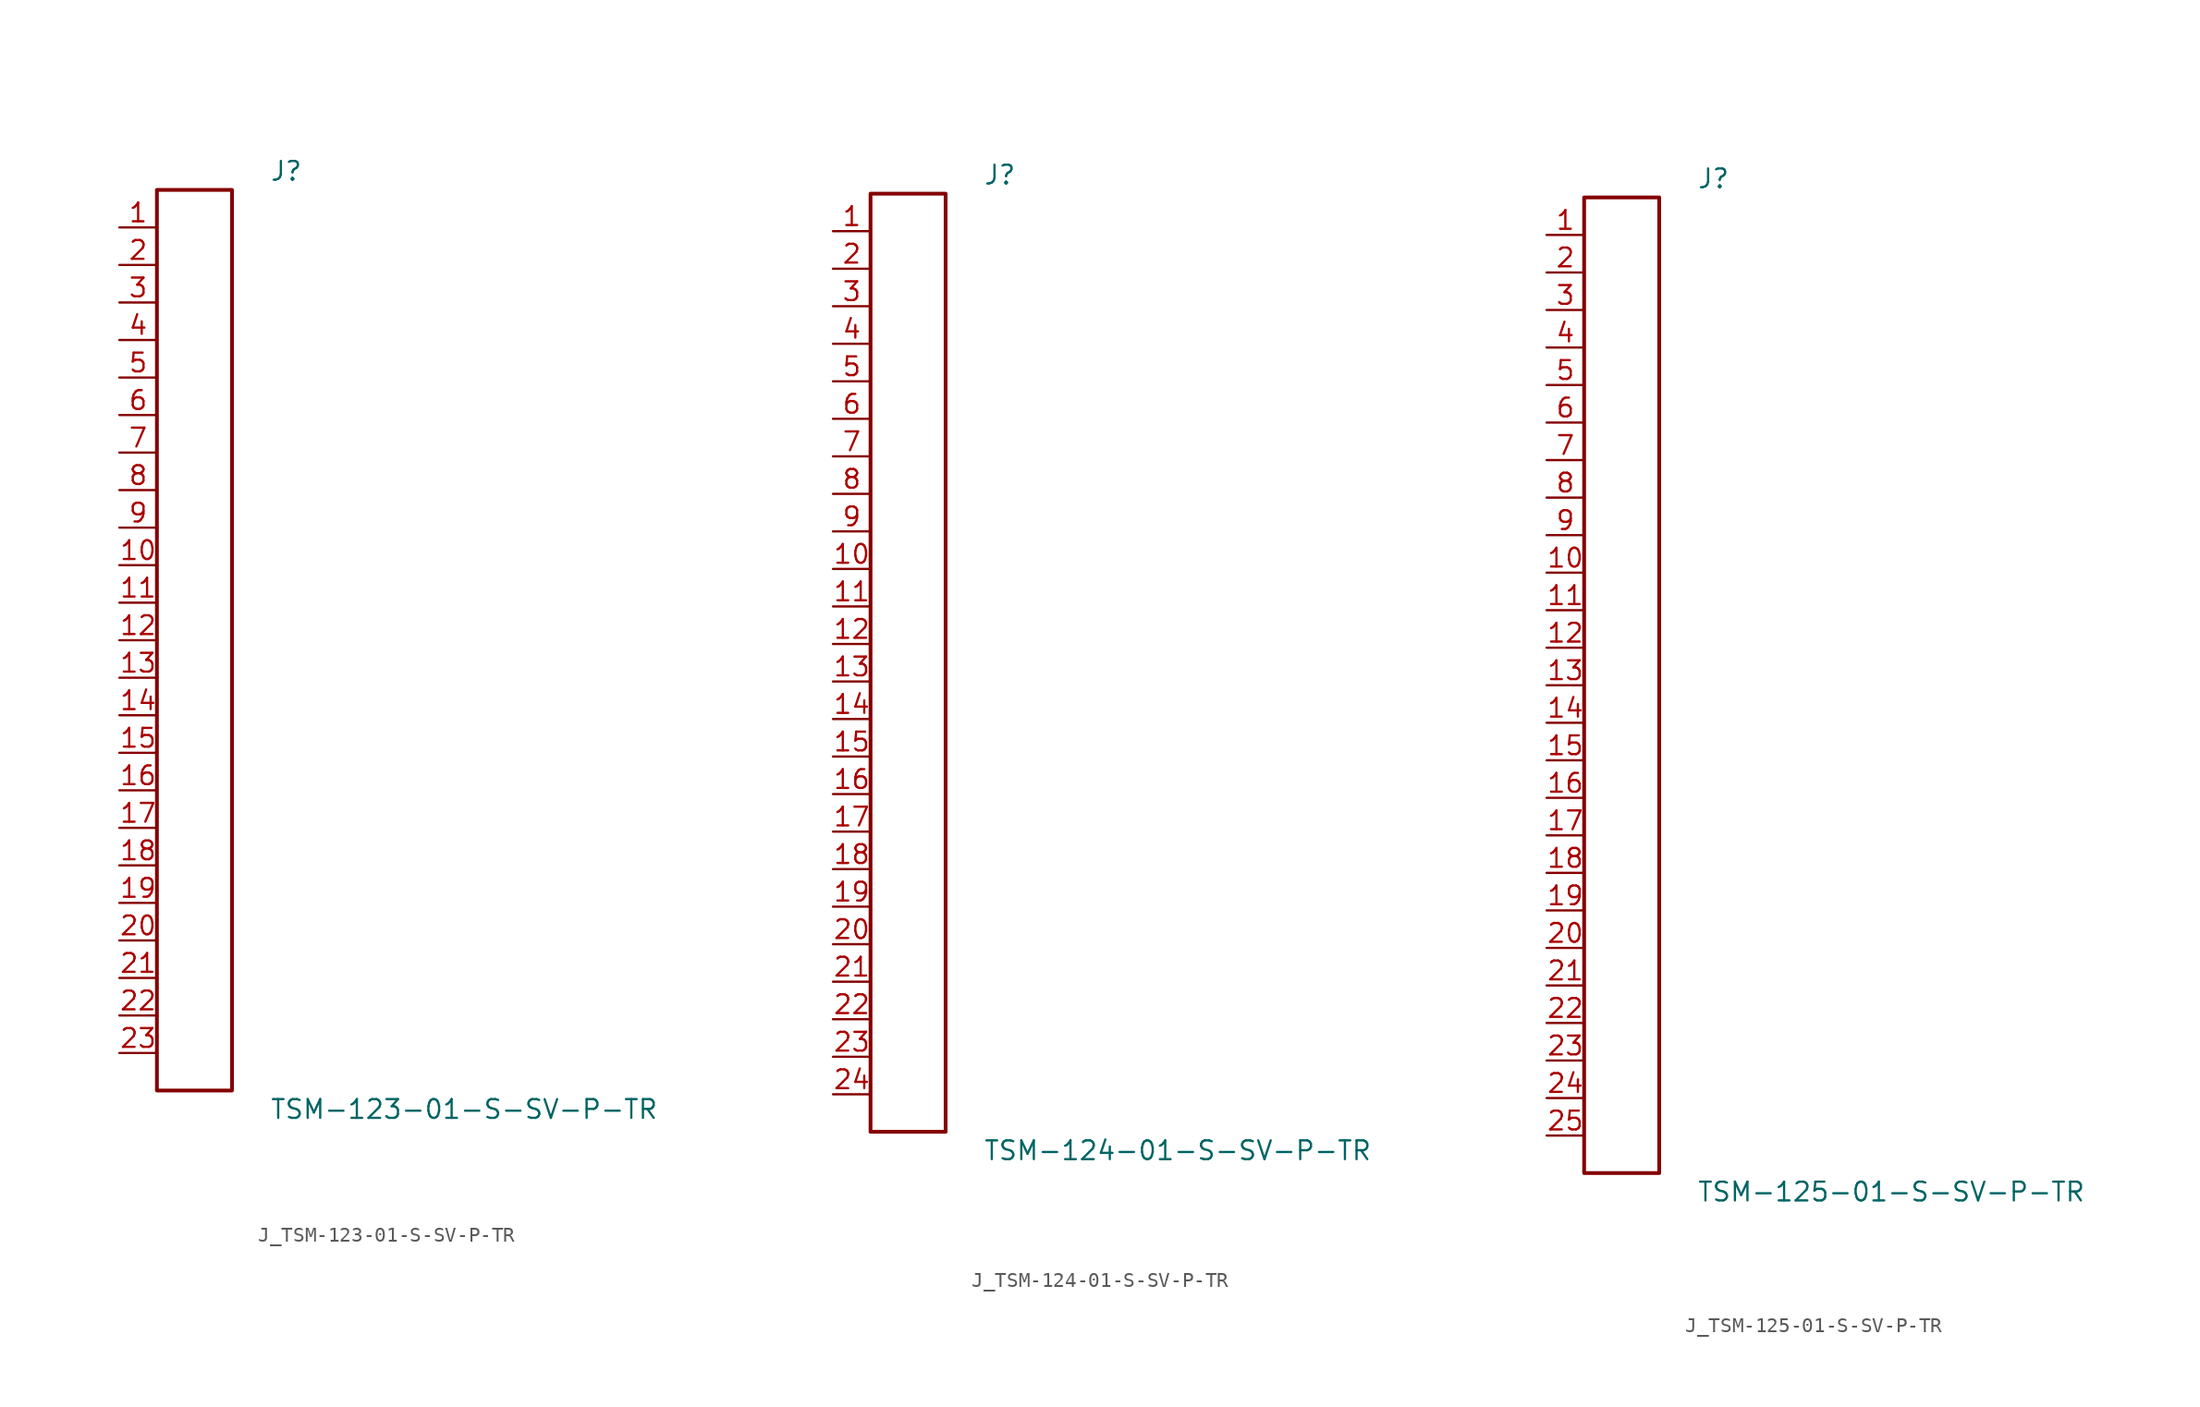
<source format=kicad_sym>
(kicad_symbol_lib
  (version 20231120)
  (generator kicad_symbol_editor)
  (generator_version 8.0)
  (symbol "J_TSM-123-01-S-SV-P-TR"
    (pin_names
      (offset 0.254))
    (property "Reference" "J"
      (at 5.08 31.75 0)
      (effects (font (size 1.27 1.27)) (justify left)))
    (property "Value" "TSM-123-01-S-SV-P-TR"
      (at 5.08 -31.75 0)
      (effects (font (size 1.27 1.27)) (justify left)))
    (symbol "J_TSM-123-01-S-SV-P-TR_0_0"
      (pin unspecified line (at -5.08 27.94 0) (length 2.54) (name "" (effects (font (size 1.27 1.27)))) (number "1" (effects (font (size 1.27 1.27)))))
      (pin unspecified line (at -5.08 25.4 0) (length 2.54) (name "" (effects (font (size 1.27 1.27)))) (number "2" (effects (font (size 1.27 1.27)))))
      (pin unspecified line (at -5.08 22.86 0) (length 2.54) (name "" (effects (font (size 1.27 1.27)))) (number "3" (effects (font (size 1.27 1.27)))))
      (pin unspecified line (at -5.08 20.32 0) (length 2.54) (name "" (effects (font (size 1.27 1.27)))) (number "4" (effects (font (size 1.27 1.27)))))
      (pin unspecified line (at -5.08 17.78 0) (length 2.54) (name "" (effects (font (size 1.27 1.27)))) (number "5" (effects (font (size 1.27 1.27)))))
      (pin unspecified line (at -5.08 15.24 0) (length 2.54) (name "" (effects (font (size 1.27 1.27)))) (number "6" (effects (font (size 1.27 1.27)))))
      (pin unspecified line (at -5.08 12.7 0) (length 2.54) (name "" (effects (font (size 1.27 1.27)))) (number "7" (effects (font (size 1.27 1.27)))))
      (pin unspecified line (at -5.08 10.16 0) (length 2.54) (name "" (effects (font (size 1.27 1.27)))) (number "8" (effects (font (size 1.27 1.27)))))
      (pin unspecified line (at -5.08 7.62 0) (length 2.54) (name "" (effects (font (size 1.27 1.27)))) (number "9" (effects (font (size 1.27 1.27)))))
      (pin unspecified line (at -5.08 5.08 0) (length 2.54) (name "" (effects (font (size 1.27 1.27)))) (number "10" (effects (font (size 1.27 1.27)))))
      (pin unspecified line (at -5.08 2.54 0) (length 2.54) (name "" (effects (font (size 1.27 1.27)))) (number "11" (effects (font (size 1.27 1.27)))))
      (pin unspecified line (at -5.08 0.0 0) (length 2.54) (name "" (effects (font (size 1.27 1.27)))) (number "12" (effects (font (size 1.27 1.27)))))
      (pin unspecified line (at -5.08 -2.54 0) (length 2.54) (name "" (effects (font (size 1.27 1.27)))) (number "13" (effects (font (size 1.27 1.27)))))
      (pin unspecified line (at -5.08 -5.08 0) (length 2.54) (name "" (effects (font (size 1.27 1.27)))) (number "14" (effects (font (size 1.27 1.27)))))
      (pin unspecified line (at -5.08 -7.62 0) (length 2.54) (name "" (effects (font (size 1.27 1.27)))) (number "15" (effects (font (size 1.27 1.27)))))
      (pin unspecified line (at -5.08 -10.16 0) (length 2.54) (name "" (effects (font (size 1.27 1.27)))) (number "16" (effects (font (size 1.27 1.27)))))
      (pin unspecified line (at -5.08 -12.7 0) (length 2.54) (name "" (effects (font (size 1.27 1.27)))) (number "17" (effects (font (size 1.27 1.27)))))
      (pin unspecified line (at -5.08 -15.24 0) (length 2.54) (name "" (effects (font (size 1.27 1.27)))) (number "18" (effects (font (size 1.27 1.27)))))
      (pin unspecified line (at -5.08 -17.78 0) (length 2.54) (name "" (effects (font (size 1.27 1.27)))) (number "19" (effects (font (size 1.27 1.27)))))
      (pin unspecified line (at -5.08 -20.32 0) (length 2.54) (name "" (effects (font (size 1.27 1.27)))) (number "20" (effects (font (size 1.27 1.27)))))
      (pin unspecified line (at -5.08 -22.86 0) (length 2.54) (name "" (effects (font (size 1.27 1.27)))) (number "21" (effects (font (size 1.27 1.27)))))
      (pin unspecified line (at -5.08 -25.4 0) (length 2.54) (name "" (effects (font (size 1.27 1.27)))) (number "22" (effects (font (size 1.27 1.27)))))
      (pin unspecified line (at -5.08 -27.94 0) (length 2.54) (name "" (effects (font (size 1.27 1.27)))) (number "23" (effects (font (size 1.27 1.27))))))
    (symbol "J_TSM-123-01-S-SV-P-TR_1_0"
      (rectangle (start -2.54 30.48) (end 2.54 -30.48) (stroke (width 0.254) (type solid)) (fill (type none)))))
  (symbol "J_TSM-124-01-S-SV-P-TR"
    (pin_names
      (offset 0.254))
    (property "Reference" "J"
      (at 5.08 33.02 0)
      (effects (font (size 1.27 1.27)) (justify left)))
    (property "Value" "TSM-124-01-S-SV-P-TR"
      (at 5.08 -33.02 0)
      (effects (font (size 1.27 1.27)) (justify left)))
    (symbol "J_TSM-124-01-S-SV-P-TR_0_0"
      (pin unspecified line (at -5.08 29.21 0) (length 2.54) (name "" (effects (font (size 1.27 1.27)))) (number "1" (effects (font (size 1.27 1.27)))))
      (pin unspecified line (at -5.08 26.67 0) (length 2.54) (name "" (effects (font (size 1.27 1.27)))) (number "2" (effects (font (size 1.27 1.27)))))
      (pin unspecified line (at -5.08 24.13 0) (length 2.54) (name "" (effects (font (size 1.27 1.27)))) (number "3" (effects (font (size 1.27 1.27)))))
      (pin unspecified line (at -5.08 21.59 0) (length 2.54) (name "" (effects (font (size 1.27 1.27)))) (number "4" (effects (font (size 1.27 1.27)))))
      (pin unspecified line (at -5.08 19.05 0) (length 2.54) (name "" (effects (font (size 1.27 1.27)))) (number "5" (effects (font (size 1.27 1.27)))))
      (pin unspecified line (at -5.08 16.51 0) (length 2.54) (name "" (effects (font (size 1.27 1.27)))) (number "6" (effects (font (size 1.27 1.27)))))
      (pin unspecified line (at -5.08 13.97 0) (length 2.54) (name "" (effects (font (size 1.27 1.27)))) (number "7" (effects (font (size 1.27 1.27)))))
      (pin unspecified line (at -5.08 11.43 0) (length 2.54) (name "" (effects (font (size 1.27 1.27)))) (number "8" (effects (font (size 1.27 1.27)))))
      (pin unspecified line (at -5.08 8.89 0) (length 2.54) (name "" (effects (font (size 1.27 1.27)))) (number "9" (effects (font (size 1.27 1.27)))))
      (pin unspecified line (at -5.08 6.35 0) (length 2.54) (name "" (effects (font (size 1.27 1.27)))) (number "10" (effects (font (size 1.27 1.27)))))
      (pin unspecified line (at -5.08 3.81 0) (length 2.54) (name "" (effects (font (size 1.27 1.27)))) (number "11" (effects (font (size 1.27 1.27)))))
      (pin unspecified line (at -5.08 1.27 0) (length 2.54) (name "" (effects (font (size 1.27 1.27)))) (number "12" (effects (font (size 1.27 1.27)))))
      (pin unspecified line (at -5.08 -1.27 0) (length 2.54) (name "" (effects (font (size 1.27 1.27)))) (number "13" (effects (font (size 1.27 1.27)))))
      (pin unspecified line (at -5.08 -3.81 0) (length 2.54) (name "" (effects (font (size 1.27 1.27)))) (number "14" (effects (font (size 1.27 1.27)))))
      (pin unspecified line (at -5.08 -6.35 0) (length 2.54) (name "" (effects (font (size 1.27 1.27)))) (number "15" (effects (font (size 1.27 1.27)))))
      (pin unspecified line (at -5.08 -8.89 0) (length 2.54) (name "" (effects (font (size 1.27 1.27)))) (number "16" (effects (font (size 1.27 1.27)))))
      (pin unspecified line (at -5.08 -11.43 0) (length 2.54) (name "" (effects (font (size 1.27 1.27)))) (number "17" (effects (font (size 1.27 1.27)))))
      (pin unspecified line (at -5.08 -13.97 0) (length 2.54) (name "" (effects (font (size 1.27 1.27)))) (number "18" (effects (font (size 1.27 1.27)))))
      (pin unspecified line (at -5.08 -16.51 0) (length 2.54) (name "" (effects (font (size 1.27 1.27)))) (number "19" (effects (font (size 1.27 1.27)))))
      (pin unspecified line (at -5.08 -19.05 0) (length 2.54) (name "" (effects (font (size 1.27 1.27)))) (number "20" (effects (font (size 1.27 1.27)))))
      (pin unspecified line (at -5.08 -21.59 0) (length 2.54) (name "" (effects (font (size 1.27 1.27)))) (number "21" (effects (font (size 1.27 1.27)))))
      (pin unspecified line (at -5.08 -24.13 0) (length 2.54) (name "" (effects (font (size 1.27 1.27)))) (number "22" (effects (font (size 1.27 1.27)))))
      (pin unspecified line (at -5.08 -26.67 0) (length 2.54) (name "" (effects (font (size 1.27 1.27)))) (number "23" (effects (font (size 1.27 1.27)))))
      (pin unspecified line (at -5.08 -29.21 0) (length 2.54) (name "" (effects (font (size 1.27 1.27)))) (number "24" (effects (font (size 1.27 1.27))))))
    (symbol "J_TSM-124-01-S-SV-P-TR_1_0"
      (rectangle (start -2.54 31.75) (end 2.54 -31.75) (stroke (width 0.254) (type solid)) (fill (type none)))))
  (symbol "J_TSM-125-01-S-SV-P-TR"
    (pin_names
      (offset 0.254))
    (property "Reference" "J"
      (at 5.08 34.29 0)
      (effects (font (size 1.27 1.27)) (justify left)))
    (property "Value" "TSM-125-01-S-SV-P-TR"
      (at 5.08 -34.29 0)
      (effects (font (size 1.27 1.27)) (justify left)))
    (symbol "J_TSM-125-01-S-SV-P-TR_0_0"
      (pin unspecified line (at -5.08 30.48 0) (length 2.54) (name "" (effects (font (size 1.27 1.27)))) (number "1" (effects (font (size 1.27 1.27)))))
      (pin unspecified line (at -5.08 27.94 0) (length 2.54) (name "" (effects (font (size 1.27 1.27)))) (number "2" (effects (font (size 1.27 1.27)))))
      (pin unspecified line (at -5.08 25.4 0) (length 2.54) (name "" (effects (font (size 1.27 1.27)))) (number "3" (effects (font (size 1.27 1.27)))))
      (pin unspecified line (at -5.08 22.86 0) (length 2.54) (name "" (effects (font (size 1.27 1.27)))) (number "4" (effects (font (size 1.27 1.27)))))
      (pin unspecified line (at -5.08 20.32 0) (length 2.54) (name "" (effects (font (size 1.27 1.27)))) (number "5" (effects (font (size 1.27 1.27)))))
      (pin unspecified line (at -5.08 17.78 0) (length 2.54) (name "" (effects (font (size 1.27 1.27)))) (number "6" (effects (font (size 1.27 1.27)))))
      (pin unspecified line (at -5.08 15.24 0) (length 2.54) (name "" (effects (font (size 1.27 1.27)))) (number "7" (effects (font (size 1.27 1.27)))))
      (pin unspecified line (at -5.08 12.7 0) (length 2.54) (name "" (effects (font (size 1.27 1.27)))) (number "8" (effects (font (size 1.27 1.27)))))
      (pin unspecified line (at -5.08 10.16 0) (length 2.54) (name "" (effects (font (size 1.27 1.27)))) (number "9" (effects (font (size 1.27 1.27)))))
      (pin unspecified line (at -5.08 7.62 0) (length 2.54) (name "" (effects (font (size 1.27 1.27)))) (number "10" (effects (font (size 1.27 1.27)))))
      (pin unspecified line (at -5.08 5.08 0) (length 2.54) (name "" (effects (font (size 1.27 1.27)))) (number "11" (effects (font (size 1.27 1.27)))))
      (pin unspecified line (at -5.08 2.54 0) (length 2.54) (name "" (effects (font (size 1.27 1.27)))) (number "12" (effects (font (size 1.27 1.27)))))
      (pin unspecified line (at -5.08 0.0 0) (length 2.54) (name "" (effects (font (size 1.27 1.27)))) (number "13" (effects (font (size 1.27 1.27)))))
      (pin unspecified line (at -5.08 -2.54 0) (length 2.54) (name "" (effects (font (size 1.27 1.27)))) (number "14" (effects (font (size 1.27 1.27)))))
      (pin unspecified line (at -5.08 -5.08 0) (length 2.54) (name "" (effects (font (size 1.27 1.27)))) (number "15" (effects (font (size 1.27 1.27)))))
      (pin unspecified line (at -5.08 -7.62 0) (length 2.54) (name "" (effects (font (size 1.27 1.27)))) (number "16" (effects (font (size 1.27 1.27)))))
      (pin unspecified line (at -5.08 -10.16 0) (length 2.54) (name "" (effects (font (size 1.27 1.27)))) (number "17" (effects (font (size 1.27 1.27)))))
      (pin unspecified line (at -5.08 -12.7 0) (length 2.54) (name "" (effects (font (size 1.27 1.27)))) (number "18" (effects (font (size 1.27 1.27)))))
      (pin unspecified line (at -5.08 -15.24 0) (length 2.54) (name "" (effects (font (size 1.27 1.27)))) (number "19" (effects (font (size 1.27 1.27)))))
      (pin unspecified line (at -5.08 -17.78 0) (length 2.54) (name "" (effects (font (size 1.27 1.27)))) (number "20" (effects (font (size 1.27 1.27)))))
      (pin unspecified line (at -5.08 -20.32 0) (length 2.54) (name "" (effects (font (size 1.27 1.27)))) (number "21" (effects (font (size 1.27 1.27)))))
      (pin unspecified line (at -5.08 -22.86 0) (length 2.54) (name "" (effects (font (size 1.27 1.27)))) (number "22" (effects (font (size 1.27 1.27)))))
      (pin unspecified line (at -5.08 -25.4 0) (length 2.54) (name "" (effects (font (size 1.27 1.27)))) (number "23" (effects (font (size 1.27 1.27)))))
      (pin unspecified line (at -5.08 -27.94 0) (length 2.54) (name "" (effects (font (size 1.27 1.27)))) (number "24" (effects (font (size 1.27 1.27)))))
      (pin unspecified line (at -5.08 -30.48 0) (length 2.54) (name "" (effects (font (size 1.27 1.27)))) (number "25" (effects (font (size 1.27 1.27))))))
    (symbol "J_TSM-125-01-S-SV-P-TR_1_0"
      (rectangle (start -2.54 33.02) (end 2.54 -33.02) (stroke (width 0.254) (type solid)) (fill (type none))))))
</source>
